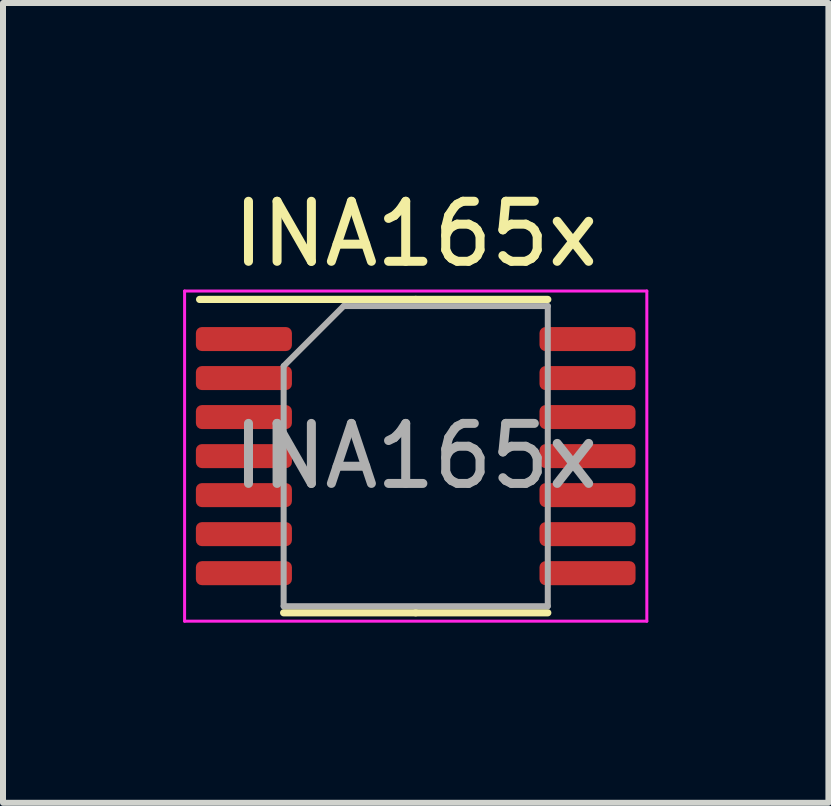
<source format=kicad_pcb>
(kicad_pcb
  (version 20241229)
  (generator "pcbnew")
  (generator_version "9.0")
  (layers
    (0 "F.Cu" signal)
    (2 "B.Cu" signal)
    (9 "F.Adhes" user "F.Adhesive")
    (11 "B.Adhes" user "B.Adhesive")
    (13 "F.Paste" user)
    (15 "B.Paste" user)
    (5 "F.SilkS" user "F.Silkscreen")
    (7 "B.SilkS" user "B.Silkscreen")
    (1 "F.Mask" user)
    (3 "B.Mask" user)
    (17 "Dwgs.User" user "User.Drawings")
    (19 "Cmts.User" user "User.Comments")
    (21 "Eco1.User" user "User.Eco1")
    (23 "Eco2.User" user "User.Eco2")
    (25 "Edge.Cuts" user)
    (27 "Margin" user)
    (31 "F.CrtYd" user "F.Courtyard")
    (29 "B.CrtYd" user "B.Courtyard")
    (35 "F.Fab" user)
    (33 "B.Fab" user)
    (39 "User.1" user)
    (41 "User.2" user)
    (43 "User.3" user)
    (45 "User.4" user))
  (footprint "INA165x"
    (layer "F.Cu")
    (at 3.875 4.548)
    (property "Reference" "INA165x" (at 0 -3.7 0) (unlocked yes) (layer "F.SilkS") (effects (font (size 1 1) (thickness 0.15))))
    (attr smd)
    (fp_line (start 0 -2.61) (end -3.6 -2.61) (stroke (width 0.12) (type solid)) (layer "F.SilkS"))
    (fp_line (start 0 -2.61) (end 2.2 -2.61) (stroke (width 0.12) (type solid)) (layer "F.SilkS"))
    (fp_line (start 0 2.61) (end -2.2 2.61) (stroke (width 0.12) (type solid)) (layer "F.SilkS"))
    (fp_line (start 0 2.61) (end 2.2 2.61) (stroke (width 0.12) (type solid)) (layer "F.SilkS"))
    (fp_line (start -3.85 -2.75) (end -3.85 2.75) (stroke (width 0.05) (type solid)) (layer "F.CrtYd"))
    (fp_line (start -3.85 2.75) (end 3.85 2.75) (stroke (width 0.05) (type solid)) (layer "F.CrtYd"))
    (fp_line (start 3.85 -2.75) (end -3.85 -2.75) (stroke (width 0.05) (type solid)) (layer "F.CrtYd"))
    (fp_line (start 3.85 2.75) (end 3.85 -2.75) (stroke (width 0.05) (type solid)) (layer "F.CrtYd"))
    (fp_line (start -2.2 -1.5) (end -1.2 -2.5) (stroke (width 0.1) (type solid)) (layer "F.Fab"))
    (fp_line (start -2.2 2.5) (end -2.2 -1.5) (stroke (width 0.1) (type solid)) (layer "F.Fab"))
    (fp_line (start -1.2 -2.5) (end 2.2 -2.5) (stroke (width 0.1) (type solid)) (layer "F.Fab"))
    (fp_line (start 2.2 -2.5) (end 2.2 2.5) (stroke (width 0.1) (type solid)) (layer "F.Fab"))
    (fp_line (start 2.2 2.5) (end -2.2 2.5) (stroke (width 0.1) (type solid)) (layer "F.Fab"))
    (fp_text user "${REFERENCE}" (at 0 0 0) (layer "F.Fab") (effects (font (size 1 1) (thickness 0.15))))
    (pad "1" smd roundrect (at -2.862 -1.95) (size 1.6 0.4) (layers "F.Cu" "F.Mask" "F.Paste") (roundrect_rratio 0.25))
    (pad "2" smd roundrect (at -2.862 -1.3) (size 1.6 0.4) (layers "F.Cu" "F.Mask" "F.Paste") (roundrect_rratio 0.25))
    (pad "3" smd roundrect (at -2.862 -0.65) (size 1.6 0.4) (layers "F.Cu" "F.Mask" "F.Paste") (roundrect_rratio 0.25))
    (pad "4" smd roundrect (at -2.862 0) (size 1.6 0.4) (layers "F.Cu" "F.Mask" "F.Paste") (roundrect_rratio 0.25))
    (pad "5" smd roundrect (at -2.862 0.65) (size 1.6 0.4) (layers "F.Cu" "F.Mask" "F.Paste") (roundrect_rratio 0.25))
    (pad "6" smd roundrect (at -2.862 1.3) (size 1.6 0.4) (layers "F.Cu" "F.Mask" "F.Paste") (roundrect_rratio 0.25))
    (pad "7" smd roundrect (at -2.862 1.95) (size 1.6 0.4) (layers "F.Cu" "F.Mask" "F.Paste") (roundrect_rratio 0.25))
    (pad "8" smd roundrect (at 2.862 1.95) (size 1.6 0.4) (layers "F.Cu" "F.Mask" "F.Paste") (roundrect_rratio 0.25))
    (pad "9" smd roundrect (at 2.862 1.3) (size 1.6 0.4) (layers "F.Cu" "F.Mask" "F.Paste") (roundrect_rratio 0.25))
    (pad "10" smd roundrect (at 2.862 0.65) (size 1.6 0.4) (layers "F.Cu" "F.Mask" "F.Paste") (roundrect_rratio 0.25))
    (pad "11" smd roundrect (at 2.862 0) (size 1.6 0.4) (layers "F.Cu" "F.Mask" "F.Paste") (roundrect_rratio 0.25))
    (pad "12" smd roundrect (at 2.862 -0.65) (size 1.6 0.4) (layers "F.Cu" "F.Mask" "F.Paste") (roundrect_rratio 0.25))
    (pad "13" smd roundrect (at 2.862 -1.3) (size 1.6 0.4) (layers "F.Cu" "F.Mask" "F.Paste") (roundrect_rratio 0.25))
    (pad "14" smd roundrect (at 2.862 -1.95) (size 1.6 0.4) (layers "F.Cu" "F.Mask" "F.Paste") (roundrect_rratio 0.25)))
  (gr_rect
    (start -3 -3)
    (end 10.75 10.323)
    (stroke (width 0.1) (type default))
    (fill no)
    (layer "Edge.Cuts")))
</source>
